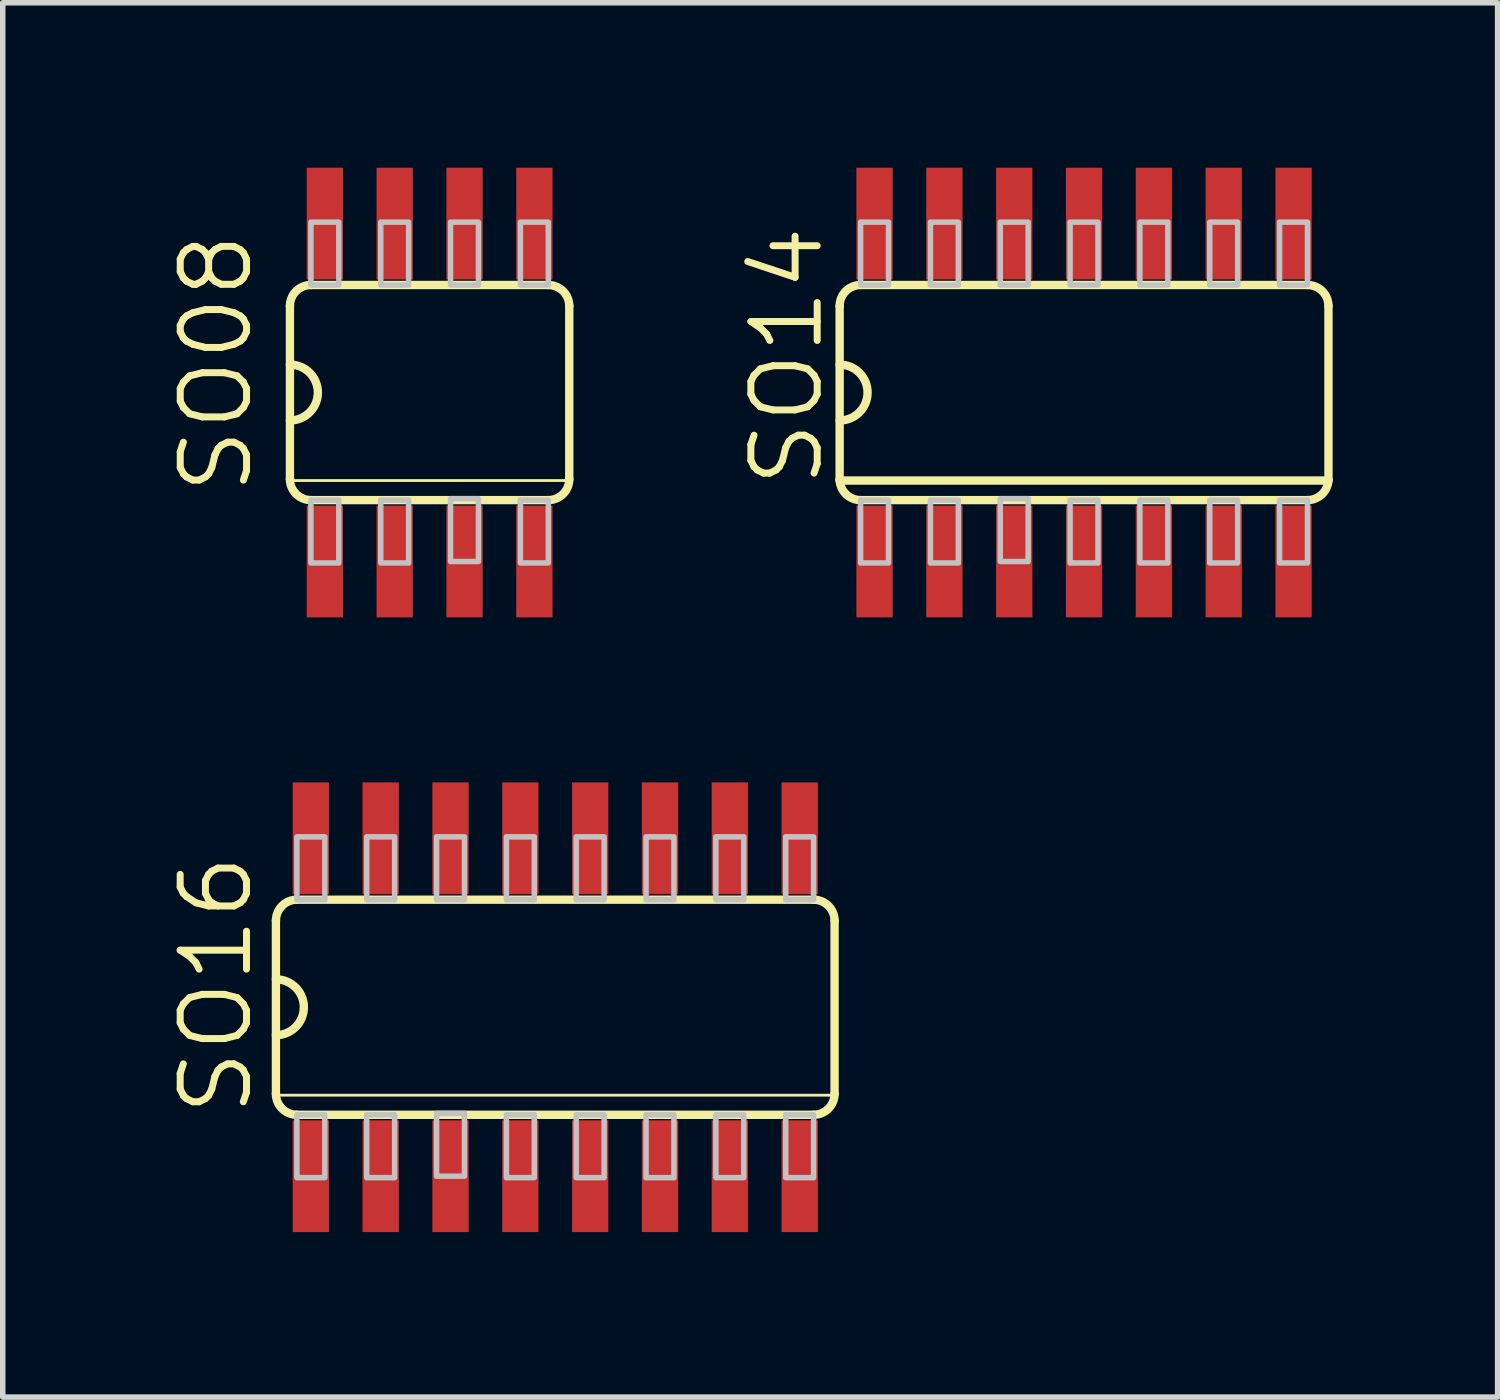
<source format=kicad_pcb>
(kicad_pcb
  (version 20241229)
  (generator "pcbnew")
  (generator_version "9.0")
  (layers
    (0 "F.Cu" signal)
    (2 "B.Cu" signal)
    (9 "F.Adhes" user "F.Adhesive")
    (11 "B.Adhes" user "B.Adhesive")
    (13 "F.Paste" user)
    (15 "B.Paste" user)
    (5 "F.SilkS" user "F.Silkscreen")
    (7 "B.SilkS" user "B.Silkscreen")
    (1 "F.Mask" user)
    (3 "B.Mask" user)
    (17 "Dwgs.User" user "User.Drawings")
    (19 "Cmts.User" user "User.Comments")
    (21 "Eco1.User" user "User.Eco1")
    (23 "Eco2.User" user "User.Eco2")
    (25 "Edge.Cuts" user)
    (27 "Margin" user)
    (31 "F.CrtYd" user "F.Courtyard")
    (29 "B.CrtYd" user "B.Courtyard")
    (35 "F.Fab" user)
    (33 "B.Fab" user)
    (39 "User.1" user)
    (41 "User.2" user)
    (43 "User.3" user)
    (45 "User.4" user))
  (footprint "SO08"
    (layer "F.Cu")
    (at 4.763 4.089)
    (property "Reference" "SO08" (at -3.175 1.905 90) (layer "F.SilkS") (effects (font (size 1.206 1.206) (thickness 0.127)) (justify left bottom)))
    (attr through_hole)
    (fp_line (start -2.54 -1.575) (end -2.54 1.575) (stroke (width 0.152) (type solid)) (layer "F.SilkS"))
    (fp_line (start -2.54 1.6) (end 2.54 1.6) (stroke (width 0.051) (type solid)) (layer "F.SilkS"))
    (fp_line (start -2.159 1.956) (end 2.159 1.956) (stroke (width 0.152) (type solid)) (layer "F.SilkS"))
    (fp_line (start 2.159 -1.956) (end -2.159 -1.956) (stroke (width 0.152) (type solid)) (layer "F.SilkS"))
    (fp_line (start 2.54 1.575) (end 2.54 -1.575) (stroke (width 0.152) (type solid)) (layer "F.SilkS"))
    (fp_arc (start -2.54 -1.5748) (mid -2.428408 -1.844208) (end -2.159 -1.9558) (stroke (width 0.1524) (type solid)) (layer "F.SilkS"))
    (fp_arc (start -2.54 -0.508) (mid -2.032 0) (end -2.54 0.508) (stroke (width 0.1524) (type solid)) (layer "F.SilkS"))
    (fp_arc (start -2.159 1.9558) (mid -2.428408 1.844208) (end -2.54 1.5748) (stroke (width 0.1524) (type solid)) (layer "F.SilkS"))
    (fp_arc (start 2.159 -1.9558) (mid 2.428408 -1.844208) (end 2.54 -1.5748) (stroke (width 0.1524) (type solid)) (layer "F.SilkS"))
    (fp_arc (start 2.54 1.5748) (mid 2.428408 1.844208) (end 2.159 1.9558) (stroke (width 0.1524) (type solid)) (layer "F.SilkS"))
    (fp_poly (pts (xy -2.159 -1.956) (xy -1.651 -1.956) (xy -1.651 -3.099) (xy -2.159 -3.099)) (stroke (width 0.1) (type solid)) (fill no) (layer "Dwgs.User"))
    (fp_poly (pts (xy -2.159 3.099) (xy -1.651 3.099) (xy -1.651 1.956) (xy -2.159 1.956)) (stroke (width 0.1) (type solid)) (fill no) (layer "Dwgs.User"))
    (fp_poly (pts (xy -0.889 -1.956) (xy -0.381 -1.956) (xy -0.381 -3.099) (xy -0.889 -3.099)) (stroke (width 0.1) (type solid)) (fill no) (layer "Dwgs.User"))
    (fp_poly (pts (xy -0.889 3.099) (xy -0.381 3.099) (xy -0.381 1.956) (xy -0.889 1.956)) (stroke (width 0.1) (type solid)) (fill no) (layer "Dwgs.User"))
    (fp_poly (pts (xy 0.381 -1.956) (xy 0.889 -1.956) (xy 0.889 -3.099) (xy 0.381 -3.099)) (stroke (width 0.1) (type solid)) (fill no) (layer "Dwgs.User"))
    (fp_poly (pts (xy 0.381 3.073) (xy 0.889 3.073) (xy 0.889 1.93) (xy 0.381 1.93)) (stroke (width 0.1) (type solid)) (fill no) (layer "Dwgs.User"))
    (fp_poly (pts (xy 1.651 -1.956) (xy 2.159 -1.956) (xy 2.159 -3.099) (xy 1.651 -3.099)) (stroke (width 0.1) (type solid)) (fill no) (layer "Dwgs.User"))
    (fp_poly (pts (xy 1.651 3.099) (xy 2.159 3.099) (xy 2.159 1.956) (xy 1.651 1.956)) (stroke (width 0.1) (type solid)) (fill no) (layer "Dwgs.User"))
    (pad "1" smd rect (at -1.905 3.073) (size 0.66 2.032) (layers "F.Cu" "F.Mask" "F.Paste"))
    (pad "2" smd rect (at -0.635 3.073) (size 0.66 2.032) (layers "F.Cu" "F.Mask" "F.Paste"))
    (pad "3" smd rect (at 0.635 3.073) (size 0.66 2.032) (layers "F.Cu" "F.Mask" "F.Paste"))
    (pad "4" smd rect (at 1.905 3.073) (size 0.66 2.032) (layers "F.Cu" "F.Mask" "F.Paste"))
    (pad "5" smd rect (at 1.905 -3.073) (size 0.66 2.032) (layers "F.Cu" "F.Mask" "F.Paste"))
    (pad "6" smd rect (at 0.635 -3.073) (size 0.66 2.032) (layers "F.Cu" "F.Mask" "F.Paste"))
    (pad "7" smd rect (at -0.635 -3.073) (size 0.66 2.032) (layers "F.Cu" "F.Mask" "F.Paste"))
    (pad "8" smd rect (at -1.905 -3.073) (size 0.66 2.032) (layers "F.Cu" "F.Mask" "F.Paste")))
  (footprint "SO14"
    (layer "F.Cu")
    (at 16.665 4.089)
    (property "Reference" "SO14" (at -4.699 1.778 90) (layer "F.SilkS") (effects (font (size 1.206 1.206) (thickness 0.127)) (justify left bottom)))
    (attr through_hole)
    (fp_line (start -4.445 -1.575) (end -4.445 1.575) (stroke (width 0.152) (type solid)) (layer "F.SilkS"))
    (fp_line (start -4.445 1.6) (end 4.445 1.6) (stroke (width 0.152) (type solid)) (layer "F.SilkS"))
    (fp_line (start -4.064 1.956) (end 4.064 1.956) (stroke (width 0.152) (type solid)) (layer "F.SilkS"))
    (fp_line (start 4.064 -1.956) (end -4.064 -1.956) (stroke (width 0.152) (type solid)) (layer "F.SilkS"))
    (fp_line (start 4.445 1.575) (end 4.445 -1.575) (stroke (width 0.152) (type solid)) (layer "F.SilkS"))
    (fp_arc (start -4.445 -1.5748) (mid -4.333408 -1.844208) (end -4.064 -1.9558) (stroke (width 0.1524) (type solid)) (layer "F.SilkS"))
    (fp_arc (start -4.445 -0.508) (mid -3.937 0) (end -4.445 0.508) (stroke (width 0.1524) (type solid)) (layer "F.SilkS"))
    (fp_arc (start -4.064 1.9558) (mid -4.333408 1.844208) (end -4.445 1.5748) (stroke (width 0.1524) (type solid)) (layer "F.SilkS"))
    (fp_arc (start 4.064 -1.9558) (mid 4.333408 -1.844208) (end 4.445 -1.5748) (stroke (width 0.1524) (type solid)) (layer "F.SilkS"))
    (fp_arc (start 4.445 1.5748) (mid 4.333408 1.844208) (end 4.064 1.9558) (stroke (width 0.1524) (type solid)) (layer "F.SilkS"))
    (fp_poly (pts (xy -4.064 -1.956) (xy -3.556 -1.956) (xy -3.556 -3.099) (xy -4.064 -3.099)) (stroke (width 0.1) (type solid)) (fill no) (layer "Dwgs.User"))
    (fp_poly (pts (xy -4.064 3.099) (xy -3.556 3.099) (xy -3.556 1.956) (xy -4.064 1.956)) (stroke (width 0.1) (type solid)) (fill no) (layer "Dwgs.User"))
    (fp_poly (pts (xy -2.794 -1.956) (xy -2.286 -1.956) (xy -2.286 -3.099) (xy -2.794 -3.099)) (stroke (width 0.1) (type solid)) (fill no) (layer "Dwgs.User"))
    (fp_poly (pts (xy -2.794 3.099) (xy -2.286 3.099) (xy -2.286 1.956) (xy -2.794 1.956)) (stroke (width 0.1) (type solid)) (fill no) (layer "Dwgs.User"))
    (fp_poly (pts (xy -1.524 -1.956) (xy -1.016 -1.956) (xy -1.016 -3.099) (xy -1.524 -3.099)) (stroke (width 0.1) (type solid)) (fill no) (layer "Dwgs.User"))
    (fp_poly (pts (xy -1.524 3.073) (xy -1.016 3.073) (xy -1.016 1.93) (xy -1.524 1.93)) (stroke (width 0.1) (type solid)) (fill no) (layer "Dwgs.User"))
    (fp_poly (pts (xy -0.254 -1.956) (xy 0.254 -1.956) (xy 0.254 -3.099) (xy -0.254 -3.099)) (stroke (width 0.1) (type solid)) (fill no) (layer "Dwgs.User"))
    (fp_poly (pts (xy -0.254 3.099) (xy 0.254 3.099) (xy 0.254 1.956) (xy -0.254 1.956)) (stroke (width 0.1) (type solid)) (fill no) (layer "Dwgs.User"))
    (fp_poly (pts (xy 1.016 -1.956) (xy 1.524 -1.956) (xy 1.524 -3.099) (xy 1.016 -3.099)) (stroke (width 0.1) (type solid)) (fill no) (layer "Dwgs.User"))
    (fp_poly (pts (xy 1.016 3.099) (xy 1.524 3.099) (xy 1.524 1.956) (xy 1.016 1.956)) (stroke (width 0.1) (type solid)) (fill no) (layer "Dwgs.User"))
    (fp_poly (pts (xy 2.286 -1.956) (xy 2.794 -1.956) (xy 2.794 -3.099) (xy 2.286 -3.099)) (stroke (width 0.1) (type solid)) (fill no) (layer "Dwgs.User"))
    (fp_poly (pts (xy 2.286 3.099) (xy 2.794 3.099) (xy 2.794 1.956) (xy 2.286 1.956)) (stroke (width 0.1) (type solid)) (fill no) (layer "Dwgs.User"))
    (fp_poly (pts (xy 3.556 -1.956) (xy 4.064 -1.956) (xy 4.064 -3.099) (xy 3.556 -3.099)) (stroke (width 0.1) (type solid)) (fill no) (layer "Dwgs.User"))
    (fp_poly (pts (xy 3.556 3.099) (xy 4.064 3.099) (xy 4.064 1.956) (xy 3.556 1.956)) (stroke (width 0.1) (type solid)) (fill no) (layer "Dwgs.User"))
    (pad "1" smd rect (at -3.81 3.073) (size 0.66 2.032) (layers "F.Cu" "F.Mask" "F.Paste"))
    (pad "2" smd rect (at -2.54 3.073) (size 0.66 2.032) (layers "F.Cu" "F.Mask" "F.Paste"))
    (pad "3" smd rect (at -1.27 3.073) (size 0.66 2.032) (layers "F.Cu" "F.Mask" "F.Paste"))
    (pad "4" smd rect (at 0 3.073) (size 0.66 2.032) (layers "F.Cu" "F.Mask" "F.Paste"))
    (pad "5" smd rect (at 1.27 3.073) (size 0.66 2.032) (layers "F.Cu" "F.Mask" "F.Paste"))
    (pad "6" smd rect (at 2.54 3.073) (size 0.66 2.032) (layers "F.Cu" "F.Mask" "F.Paste"))
    (pad "7" smd rect (at 3.81 3.073) (size 0.66 2.032) (layers "F.Cu" "F.Mask" "F.Paste"))
    (pad "8" smd rect (at 3.81 -3.073) (size 0.66 2.032) (layers "F.Cu" "F.Mask" "F.Paste"))
    (pad "9" smd rect (at 2.54 -3.073) (size 0.66 2.032) (layers "F.Cu" "F.Mask" "F.Paste"))
    (pad "10" smd rect (at 1.27 -3.073) (size 0.66 2.032) (layers "F.Cu" "F.Mask" "F.Paste"))
    (pad "11" smd rect (at 0 -3.073) (size 0.66 2.032) (layers "F.Cu" "F.Mask" "F.Paste"))
    (pad "12" smd rect (at -1.27 -3.073) (size 0.66 2.032) (layers "F.Cu" "F.Mask" "F.Paste"))
    (pad "13" smd rect (at -2.54 -3.073) (size 0.66 2.032) (layers "F.Cu" "F.Mask" "F.Paste"))
    (pad "14" smd rect (at -3.81 -3.073) (size 0.66 2.032) (layers "F.Cu" "F.Mask" "F.Paste")))
  (footprint "SO16"
    (layer "F.Cu")
    (at 7.048 15.268)
    (property "Reference" "SO16" (at -5.461 2.032 90) (layer "F.SilkS") (effects (font (size 1.206 1.206) (thickness 0.127)) (justify left bottom)))
    (attr through_hole)
    (fp_line (start -5.08 -1.575) (end -5.08 1.575) (stroke (width 0.152) (type solid)) (layer "F.SilkS"))
    (fp_line (start -5.08 1.6) (end 5.08 1.6) (stroke (width 0.051) (type solid)) (layer "F.SilkS"))
    (fp_line (start -4.699 1.956) (end 4.699 1.956) (stroke (width 0.152) (type solid)) (layer "F.SilkS"))
    (fp_line (start 4.699 -1.956) (end -4.699 -1.956) (stroke (width 0.152) (type solid)) (layer "F.SilkS"))
    (fp_line (start 5.08 1.575) (end 5.08 -1.575) (stroke (width 0.152) (type solid)) (layer "F.SilkS"))
    (fp_arc (start -5.08 -1.5748) (mid -4.968408 -1.844208) (end -4.699 -1.9558) (stroke (width 0.1524) (type solid)) (layer "F.SilkS"))
    (fp_arc (start -5.08 -0.508) (mid -4.572 0) (end -5.08 0.508) (stroke (width 0.1524) (type solid)) (layer "F.SilkS"))
    (fp_arc (start -4.699 1.9558) (mid -4.968408 1.844208) (end -5.08 1.5748) (stroke (width 0.1524) (type solid)) (layer "F.SilkS"))
    (fp_arc (start 4.699 -1.9558) (mid 4.968408 -1.844208) (end 5.08 -1.5748) (stroke (width 0.1524) (type solid)) (layer "F.SilkS"))
    (fp_arc (start 5.08 1.5748) (mid 4.968408 1.844208) (end 4.699 1.9558) (stroke (width 0.1524) (type solid)) (layer "F.SilkS"))
    (fp_poly (pts (xy -4.699 -1.956) (xy -4.191 -1.956) (xy -4.191 -3.099) (xy -4.699 -3.099)) (stroke (width 0.1) (type solid)) (fill no) (layer "Dwgs.User"))
    (fp_poly (pts (xy -4.699 3.099) (xy -4.191 3.099) (xy -4.191 1.956) (xy -4.699 1.956)) (stroke (width 0.1) (type solid)) (fill no) (layer "Dwgs.User"))
    (fp_poly (pts (xy -3.429 -1.956) (xy -2.921 -1.956) (xy -2.921 -3.099) (xy -3.429 -3.099)) (stroke (width 0.1) (type solid)) (fill no) (layer "Dwgs.User"))
    (fp_poly (pts (xy -3.429 3.099) (xy -2.921 3.099) (xy -2.921 1.956) (xy -3.429 1.956)) (stroke (width 0.1) (type solid)) (fill no) (layer "Dwgs.User"))
    (fp_poly (pts (xy -2.159 -1.956) (xy -1.651 -1.956) (xy -1.651 -3.099) (xy -2.159 -3.099)) (stroke (width 0.1) (type solid)) (fill no) (layer "Dwgs.User"))
    (fp_poly (pts (xy -2.159 3.073) (xy -1.651 3.073) (xy -1.651 1.93) (xy -2.159 1.93)) (stroke (width 0.1) (type solid)) (fill no) (layer "Dwgs.User"))
    (fp_poly (pts (xy -0.889 -1.956) (xy -0.381 -1.956) (xy -0.381 -3.099) (xy -0.889 -3.099)) (stroke (width 0.1) (type solid)) (fill no) (layer "Dwgs.User"))
    (fp_poly (pts (xy -0.889 3.099) (xy -0.381 3.099) (xy -0.381 1.956) (xy -0.889 1.956)) (stroke (width 0.1) (type solid)) (fill no) (layer "Dwgs.User"))
    (fp_poly (pts (xy 0.381 -1.956) (xy 0.889 -1.956) (xy 0.889 -3.099) (xy 0.381 -3.099)) (stroke (width 0.1) (type solid)) (fill no) (layer "Dwgs.User"))
    (fp_poly (pts (xy 0.381 3.099) (xy 0.889 3.099) (xy 0.889 1.956) (xy 0.381 1.956)) (stroke (width 0.1) (type solid)) (fill no) (layer "Dwgs.User"))
    (fp_poly (pts (xy 1.651 -1.956) (xy 2.159 -1.956) (xy 2.159 -3.099) (xy 1.651 -3.099)) (stroke (width 0.1) (type solid)) (fill no) (layer "Dwgs.User"))
    (fp_poly (pts (xy 1.651 3.099) (xy 2.159 3.099) (xy 2.159 1.956) (xy 1.651 1.956)) (stroke (width 0.1) (type solid)) (fill no) (layer "Dwgs.User"))
    (fp_poly (pts (xy 2.921 -1.956) (xy 3.429 -1.956) (xy 3.429 -3.099) (xy 2.921 -3.099)) (stroke (width 0.1) (type solid)) (fill no) (layer "Dwgs.User"))
    (fp_poly (pts (xy 2.921 3.099) (xy 3.429 3.099) (xy 3.429 1.956) (xy 2.921 1.956)) (stroke (width 0.1) (type solid)) (fill no) (layer "Dwgs.User"))
    (fp_poly (pts (xy 4.191 -1.956) (xy 4.699 -1.956) (xy 4.699 -3.099) (xy 4.191 -3.099)) (stroke (width 0.1) (type solid)) (fill no) (layer "Dwgs.User"))
    (fp_poly (pts (xy 4.191 3.099) (xy 4.699 3.099) (xy 4.699 1.956) (xy 4.191 1.956)) (stroke (width 0.1) (type solid)) (fill no) (layer "Dwgs.User"))
    (pad "1" smd rect (at -4.445 3.073) (size 0.66 2.032) (layers "F.Cu" "F.Mask" "F.Paste"))
    (pad "2" smd rect (at -3.175 3.073) (size 0.66 2.032) (layers "F.Cu" "F.Mask" "F.Paste"))
    (pad "3" smd rect (at -1.905 3.073) (size 0.66 2.032) (layers "F.Cu" "F.Mask" "F.Paste"))
    (pad "4" smd rect (at -0.635 3.073) (size 0.66 2.032) (layers "F.Cu" "F.Mask" "F.Paste"))
    (pad "5" smd rect (at 0.635 3.073) (size 0.66 2.032) (layers "F.Cu" "F.Mask" "F.Paste"))
    (pad "6" smd rect (at 1.905 3.073) (size 0.66 2.032) (layers "F.Cu" "F.Mask" "F.Paste"))
    (pad "7" smd rect (at 3.175 3.073) (size 0.66 2.032) (layers "F.Cu" "F.Mask" "F.Paste"))
    (pad "8" smd rect (at 4.445 3.073) (size 0.66 2.032) (layers "F.Cu" "F.Mask" "F.Paste"))
    (pad "9" smd rect (at 4.445 -3.073) (size 0.66 2.032) (layers "F.Cu" "F.Mask" "F.Paste"))
    (pad "10" smd rect (at 3.175 -3.073) (size 0.66 2.032) (layers "F.Cu" "F.Mask" "F.Paste"))
    (pad "11" smd rect (at 1.905 -3.073) (size 0.66 2.032) (layers "F.Cu" "F.Mask" "F.Paste"))
    (pad "12" smd rect (at 0.635 -3.073) (size 0.66 2.032) (layers "F.Cu" "F.Mask" "F.Paste"))
    (pad "13" smd rect (at -0.635 -3.073) (size 0.66 2.032) (layers "F.Cu" "F.Mask" "F.Paste"))
    (pad "14" smd rect (at -1.905 -3.073) (size 0.66 2.032) (layers "F.Cu" "F.Mask" "F.Paste"))
    (pad "15" smd rect (at -3.175 -3.073) (size 0.66 2.032) (layers "F.Cu" "F.Mask" "F.Paste"))
    (pad "16" smd rect (at -4.445 -3.073) (size 0.66 2.032) (layers "F.Cu" "F.Mask" "F.Paste")))
  (gr_rect
    (start -3 -3)
    (end 24.186 22.358)
    (stroke (width 0.1) (type default))
    (fill no)
    (layer "Edge.Cuts")))
</source>
